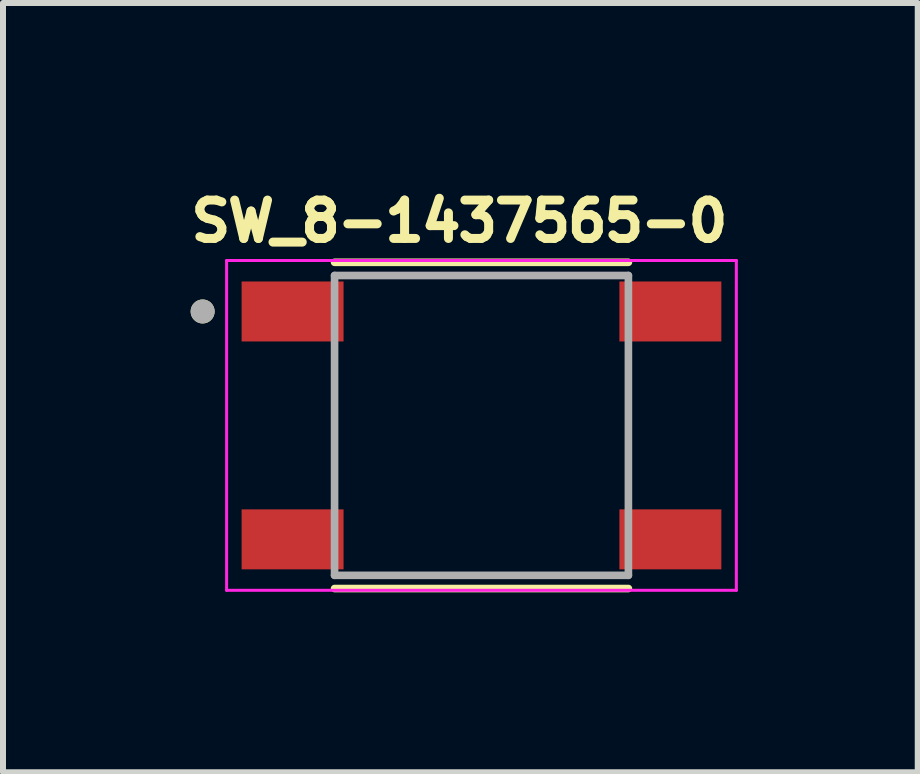
<source format=kicad_pcb>
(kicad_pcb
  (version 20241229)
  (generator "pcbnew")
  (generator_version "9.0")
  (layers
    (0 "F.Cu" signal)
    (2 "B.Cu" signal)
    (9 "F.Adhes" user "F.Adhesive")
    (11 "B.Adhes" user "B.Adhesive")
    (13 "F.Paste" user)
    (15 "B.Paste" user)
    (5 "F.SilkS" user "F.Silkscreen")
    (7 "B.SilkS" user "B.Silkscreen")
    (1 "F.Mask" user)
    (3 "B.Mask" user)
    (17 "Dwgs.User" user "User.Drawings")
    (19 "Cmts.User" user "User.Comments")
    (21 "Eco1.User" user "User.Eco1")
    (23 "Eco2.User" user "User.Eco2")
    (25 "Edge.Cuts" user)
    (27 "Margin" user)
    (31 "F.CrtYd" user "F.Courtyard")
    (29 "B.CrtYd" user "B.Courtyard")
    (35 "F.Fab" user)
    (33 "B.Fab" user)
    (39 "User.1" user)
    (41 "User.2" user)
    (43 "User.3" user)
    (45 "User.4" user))
  (footprint "SW_8-1437565-0"
    (layer "F.Cu")
    (at 4.979 4.044)
    (property "Reference" "SW_8-1437565-0" (at -0.368 -3.406 0) (layer "F.SilkS") (effects (font (size 0.64 0.64) (thickness 0.15))))
    (attr through_hole)
    (fp_line (start 2.45 -2.72) (end -2.45 -2.72) (stroke (width 0.127) (type solid)) (layer "F.SilkS"))
    (fp_line (start 2.45 2.72) (end -2.45 2.72) (stroke (width 0.127) (type solid)) (layer "F.SilkS"))
    (fp_circle (center -4.65 -1.9) (end -4.55 -1.9) (stroke (width 0.2) (type solid)) (fill no) (layer "F.SilkS"))
    (fp_line (start -4.25 -2.75) (end -4.25 2.75) (stroke (width 0.05) (type solid)) (layer "F.CrtYd"))
    (fp_line (start -4.25 2.75) (end 4.25 2.75) (stroke (width 0.05) (type solid)) (layer "F.CrtYd"))
    (fp_line (start 4.25 -2.75) (end -4.25 -2.75) (stroke (width 0.05) (type solid)) (layer "F.CrtYd"))
    (fp_line (start 4.25 2.75) (end 4.25 -2.75) (stroke (width 0.05) (type solid)) (layer "F.CrtYd"))
    (fp_line (start -2.45 -2.5) (end -2.45 2.5) (stroke (width 0.127) (type solid)) (layer "F.Fab"))
    (fp_line (start -2.45 2.5) (end 2.45 2.5) (stroke (width 0.127) (type solid)) (layer "F.Fab"))
    (fp_line (start 2.45 -2.5) (end -2.45 -2.5) (stroke (width 0.127) (type solid)) (layer "F.Fab"))
    (fp_line (start 2.45 2.5) (end 2.45 -2.5) (stroke (width 0.127) (type solid)) (layer "F.Fab"))
    (fp_circle (center -4.65 -1.9) (end -4.55 -1.9) (stroke (width 0.2) (type solid)) (fill no) (layer "F.Fab"))
    (pad "1" smd rect (at -3.15 -1.9) (size 1.7 1) (layers "F.Cu" "F.Mask" "F.Paste"))
    (pad "2" smd rect (at 3.15 -1.9) (size 1.7 1) (layers "F.Cu" "F.Mask" "F.Paste"))
    (pad "3" smd rect (at -3.15 1.9) (size 1.7 1) (layers "F.Cu" "F.Mask" "F.Paste"))
    (pad "4" smd rect (at 3.15 1.9) (size 1.7 1) (layers "F.Cu" "F.Mask" "F.Paste")))
  (gr_rect
    (start -3 -3)
    (end 12.254 9.828)
    (stroke (width 0.1) (type default))
    (fill no)
    (layer "Edge.Cuts")))
</source>
